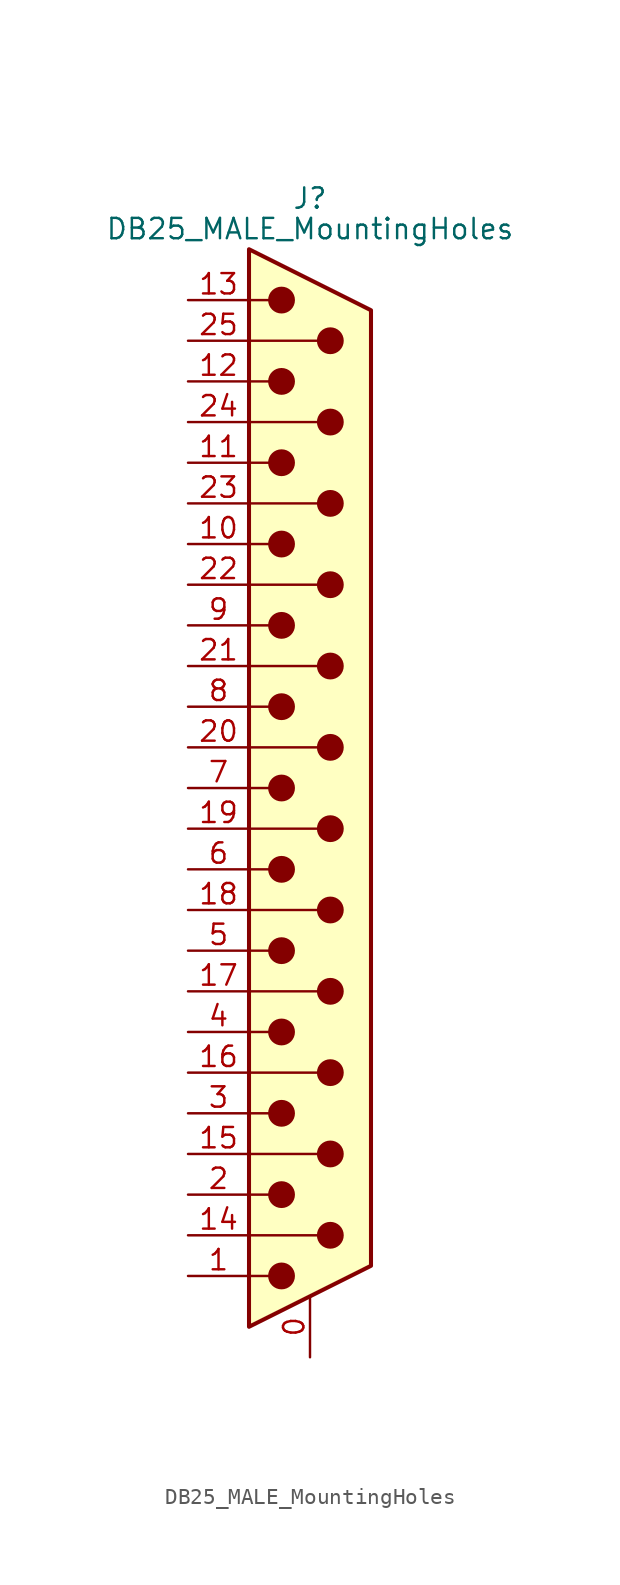
<source format=kicad_sym>
(kicad_symbol_lib
  (version 20211014)
  (generator kicad_symbol_editor)
  (symbol "DB25_MALE_MountingHoles"
    (pin_names
      (offset 1.016) hide)
    (property "Reference" "J"
      (at 0 36.83 0)
      (effects (font (size 1.27 1.27))))
    (property "Value" "DB25_MALE_MountingHoles"
      (at 0 34.925 0)
      (effects (font (size 1.27 1.27))))
    (symbol "DB25_MALE_MountingHoles_0_1"
      (circle (center -1.778 -30.48) (radius 0.762) (stroke (width 0) (type default) (color 0 0 0 0)) (fill (type outline)))
      (circle (center -1.778 -25.4) (radius 0.762) (stroke (width 0) (type default) (color 0 0 0 0)) (fill (type outline)))
      (circle (center -1.778 -20.32) (radius 0.762) (stroke (width 0) (type default) (color 0 0 0 0)) (fill (type outline)))
      (circle (center -1.778 -15.24) (radius 0.762) (stroke (width 0) (type default) (color 0 0 0 0)) (fill (type outline)))
      (circle (center -1.778 -10.16) (radius 0.762) (stroke (width 0) (type default) (color 0 0 0 0)) (fill (type outline)))
      (circle (center -1.778 -5.08) (radius 0.762) (stroke (width 0) (type default) (color 0 0 0 0)) (fill (type outline)))
      (circle (center -1.778 0) (radius 0.762) (stroke (width 0) (type default) (color 0 0 0 0)) (fill (type outline)))
      (circle (center -1.778 5.08) (radius 0.762) (stroke (width 0) (type default) (color 0 0 0 0)) (fill (type outline)))
      (circle (center -1.778 10.16) (radius 0.762) (stroke (width 0) (type default) (color 0 0 0 0)) (fill (type outline)))
      (circle (center -1.778 15.24) (radius 0.762) (stroke (width 0) (type default) (color 0 0 0 0)) (fill (type outline)))
      (circle (center -1.778 20.32) (radius 0.762) (stroke (width 0) (type default) (color 0 0 0 0)) (fill (type outline)))
      (circle (center -1.778 25.4) (radius 0.762) (stroke (width 0) (type default) (color 0 0 0 0)) (fill (type outline)))
      (circle (center -1.778 30.48) (radius 0.762) (stroke (width 0) (type default) (color 0 0 0 0)) (fill (type outline)))
      (polyline (pts (xy -3.81 -30.48) (xy -2.54 -30.48)) (stroke (width 0) (type default) (color 0 0 0 0)) (fill (type none)))
      (polyline (pts (xy -3.81 -27.94) (xy 0.508 -27.94)) (stroke (width 0) (type default) (color 0 0 0 0)) (fill (type none)))
      (polyline (pts (xy -3.81 -25.4) (xy -2.54 -25.4)) (stroke (width 0) (type default) (color 0 0 0 0)) (fill (type none)))
      (polyline (pts (xy -3.81 -22.86) (xy 0.508 -22.86)) (stroke (width 0) (type default) (color 0 0 0 0)) (fill (type none)))
      (polyline (pts (xy -3.81 -20.32) (xy -2.54 -20.32)) (stroke (width 0) (type default) (color 0 0 0 0)) (fill (type none)))
      (polyline (pts (xy -3.81 -17.78) (xy 0.508 -17.78)) (stroke (width 0) (type default) (color 0 0 0 0)) (fill (type none)))
      (polyline (pts (xy -3.81 -15.24) (xy -2.54 -15.24)) (stroke (width 0) (type default) (color 0 0 0 0)) (fill (type none)))
      (polyline (pts (xy -3.81 -12.7) (xy 0.508 -12.7)) (stroke (width 0) (type default) (color 0 0 0 0)) (fill (type none)))
      (polyline (pts (xy -3.81 -10.16) (xy -2.54 -10.16)) (stroke (width 0) (type default) (color 0 0 0 0)) (fill (type none)))
      (polyline (pts (xy -3.81 -7.62) (xy 0.508 -7.62)) (stroke (width 0) (type default) (color 0 0 0 0)) (fill (type none)))
      (polyline (pts (xy -3.81 -5.08) (xy -2.54 -5.08)) (stroke (width 0) (type default) (color 0 0 0 0)) (fill (type none)))
      (polyline (pts (xy -3.81 -2.54) (xy 0.508 -2.54)) (stroke (width 0) (type default) (color 0 0 0 0)) (fill (type none)))
      (polyline (pts (xy -3.81 0) (xy -2.54 0)) (stroke (width 0) (type default) (color 0 0 0 0)) (fill (type none)))
      (polyline (pts (xy -3.81 2.54) (xy 0.508 2.54)) (stroke (width 0) (type default) (color 0 0 0 0)) (fill (type none)))
      (polyline (pts (xy -3.81 5.08) (xy -2.54 5.08)) (stroke (width 0) (type default) (color 0 0 0 0)) (fill (type none)))
      (polyline (pts (xy -3.81 7.62) (xy 0.508 7.62)) (stroke (width 0) (type default) (color 0 0 0 0)) (fill (type none)))
      (polyline (pts (xy -3.81 10.16) (xy -2.54 10.16)) (stroke (width 0) (type default) (color 0 0 0 0)) (fill (type none)))
      (polyline (pts (xy -3.81 12.7) (xy 0.508 12.7)) (stroke (width 0) (type default) (color 0 0 0 0)) (fill (type none)))
      (polyline (pts (xy -3.81 15.24) (xy -2.54 15.24)) (stroke (width 0) (type default) (color 0 0 0 0)) (fill (type none)))
      (polyline (pts (xy -3.81 17.78) (xy 0.508 17.78)) (stroke (width 0) (type default) (color 0 0 0 0)) (fill (type none)))
      (polyline (pts (xy -3.81 20.32) (xy -2.54 20.32)) (stroke (width 0) (type default) (color 0 0 0 0)) (fill (type none)))
      (polyline (pts (xy -3.81 22.86) (xy 0.508 22.86)) (stroke (width 0) (type default) (color 0 0 0 0)) (fill (type none)))
      (polyline (pts (xy -3.81 25.4) (xy -2.54 25.4)) (stroke (width 0) (type default) (color 0 0 0 0)) (fill (type none)))
      (polyline (pts (xy -3.81 27.94) (xy 0.508 27.94)) (stroke (width 0) (type default) (color 0 0 0 0)) (fill (type none)))
      (polyline (pts (xy -3.81 30.48) (xy -2.54 30.48)) (stroke (width 0) (type default) (color 0 0 0 0)) (fill (type none)))
      (polyline (pts (xy -3.81 -33.655) (xy 3.81 -29.845) (xy 3.81 29.845) (xy -3.81 33.655) (xy -3.81 -33.655)) (stroke (width 0.254) (type default) (color 0 0 0 0)) (fill (type background)))
      (circle (center 1.27 -27.94) (radius 0.762) (stroke (width 0) (type default) (color 0 0 0 0)) (fill (type outline)))
      (circle (center 1.27 -22.86) (radius 0.762) (stroke (width 0) (type default) (color 0 0 0 0)) (fill (type outline)))
      (circle (center 1.27 -17.78) (radius 0.762) (stroke (width 0) (type default) (color 0 0 0 0)) (fill (type outline)))
      (circle (center 1.27 -12.7) (radius 0.762) (stroke (width 0) (type default) (color 0 0 0 0)) (fill (type outline)))
      (circle (center 1.27 -7.62) (radius 0.762) (stroke (width 0) (type default) (color 0 0 0 0)) (fill (type outline)))
      (circle (center 1.27 -2.54) (radius 0.762) (stroke (width 0) (type default) (color 0 0 0 0)) (fill (type outline)))
      (circle (center 1.27 2.54) (radius 0.762) (stroke (width 0) (type default) (color 0 0 0 0)) (fill (type outline)))
      (circle (center 1.27 7.62) (radius 0.762) (stroke (width 0) (type default) (color 0 0 0 0)) (fill (type outline)))
      (circle (center 1.27 12.7) (radius 0.762) (stroke (width 0) (type default) (color 0 0 0 0)) (fill (type outline)))
      (circle (center 1.27 17.78) (radius 0.762) (stroke (width 0) (type default) (color 0 0 0 0)) (fill (type outline)))
      (circle (center 1.27 22.86) (radius 0.762) (stroke (width 0) (type default) (color 0 0 0 0)) (fill (type outline)))
      (circle (center 1.27 27.94) (radius 0.762) (stroke (width 0) (type default) (color 0 0 0 0)) (fill (type outline))))
    (symbol "DB25_MALE_MountingHoles_1_1"
      (pin passive line (at 0 -35.56 90) (length 3.81) (name "PAD" (effects (font (size 1.27 1.27)))) (number "0" (effects (font (size 1.27 1.27)))))
      (pin passive line (at -7.62 -30.48 0) (length 3.81) (name "1" (effects (font (size 1.27 1.27)))) (number "1" (effects (font (size 1.27 1.27)))))
      (pin passive line (at -7.62 15.24 0) (length 3.81) (name "10" (effects (font (size 1.27 1.27)))) (number "10" (effects (font (size 1.27 1.27)))))
      (pin passive line (at -7.62 20.32 0) (length 3.81) (name "11" (effects (font (size 1.27 1.27)))) (number "11" (effects (font (size 1.27 1.27)))))
      (pin passive line (at -7.62 25.4 0) (length 3.81) (name "12" (effects (font (size 1.27 1.27)))) (number "12" (effects (font (size 1.27 1.27)))))
      (pin passive line (at -7.62 30.48 0) (length 3.81) (name "13" (effects (font (size 1.27 1.27)))) (number "13" (effects (font (size 1.27 1.27)))))
      (pin passive line (at -7.62 -27.94 0) (length 3.81) (name "P14" (effects (font (size 1.27 1.27)))) (number "14" (effects (font (size 1.27 1.27)))))
      (pin passive line (at -7.62 -22.86 0) (length 3.81) (name "P15" (effects (font (size 1.27 1.27)))) (number "15" (effects (font (size 1.27 1.27)))))
      (pin passive line (at -7.62 -17.78 0) (length 3.81) (name "P16" (effects (font (size 1.27 1.27)))) (number "16" (effects (font (size 1.27 1.27)))))
      (pin passive line (at -7.62 -12.7 0) (length 3.81) (name "P17" (effects (font (size 1.27 1.27)))) (number "17" (effects (font (size 1.27 1.27)))))
      (pin passive line (at -7.62 -7.62 0) (length 3.81) (name "P18" (effects (font (size 1.27 1.27)))) (number "18" (effects (font (size 1.27 1.27)))))
      (pin passive line (at -7.62 -2.54 0) (length 3.81) (name "P19" (effects (font (size 1.27 1.27)))) (number "19" (effects (font (size 1.27 1.27)))))
      (pin passive line (at -7.62 -25.4 0) (length 3.81) (name "2" (effects (font (size 1.27 1.27)))) (number "2" (effects (font (size 1.27 1.27)))))
      (pin passive line (at -7.62 2.54 0) (length 3.81) (name "P20" (effects (font (size 1.27 1.27)))) (number "20" (effects (font (size 1.27 1.27)))))
      (pin passive line (at -7.62 7.62 0) (length 3.81) (name "P21" (effects (font (size 1.27 1.27)))) (number "21" (effects (font (size 1.27 1.27)))))
      (pin passive line (at -7.62 12.7 0) (length 3.81) (name "P22" (effects (font (size 1.27 1.27)))) (number "22" (effects (font (size 1.27 1.27)))))
      (pin passive line (at -7.62 17.78 0) (length 3.81) (name "P23" (effects (font (size 1.27 1.27)))) (number "23" (effects (font (size 1.27 1.27)))))
      (pin passive line (at -7.62 22.86 0) (length 3.81) (name "P24" (effects (font (size 1.27 1.27)))) (number "24" (effects (font (size 1.27 1.27)))))
      (pin passive line (at -7.62 27.94 0) (length 3.81) (name "P25" (effects (font (size 1.27 1.27)))) (number "25" (effects (font (size 1.27 1.27)))))
      (pin passive line (at -7.62 -20.32 0) (length 3.81) (name "3" (effects (font (size 1.27 1.27)))) (number "3" (effects (font (size 1.27 1.27)))))
      (pin passive line (at -7.62 -15.24 0) (length 3.81) (name "4" (effects (font (size 1.27 1.27)))) (number "4" (effects (font (size 1.27 1.27)))))
      (pin passive line (at -7.62 -10.16 0) (length 3.81) (name "5" (effects (font (size 1.27 1.27)))) (number "5" (effects (font (size 1.27 1.27)))))
      (pin passive line (at -7.62 -5.08 0) (length 3.81) (name "6" (effects (font (size 1.27 1.27)))) (number "6" (effects (font (size 1.27 1.27)))))
      (pin passive line (at -7.62 0 0) (length 3.81) (name "7" (effects (font (size 1.27 1.27)))) (number "7" (effects (font (size 1.27 1.27)))))
      (pin passive line (at -7.62 5.08 0) (length 3.81) (name "8" (effects (font (size 1.27 1.27)))) (number "8" (effects (font (size 1.27 1.27)))))
      (pin passive line (at -7.62 10.16 0) (length 3.81) (name "9" (effects (font (size 1.27 1.27)))) (number "9" (effects (font (size 1.27 1.27))))))))
</source>
